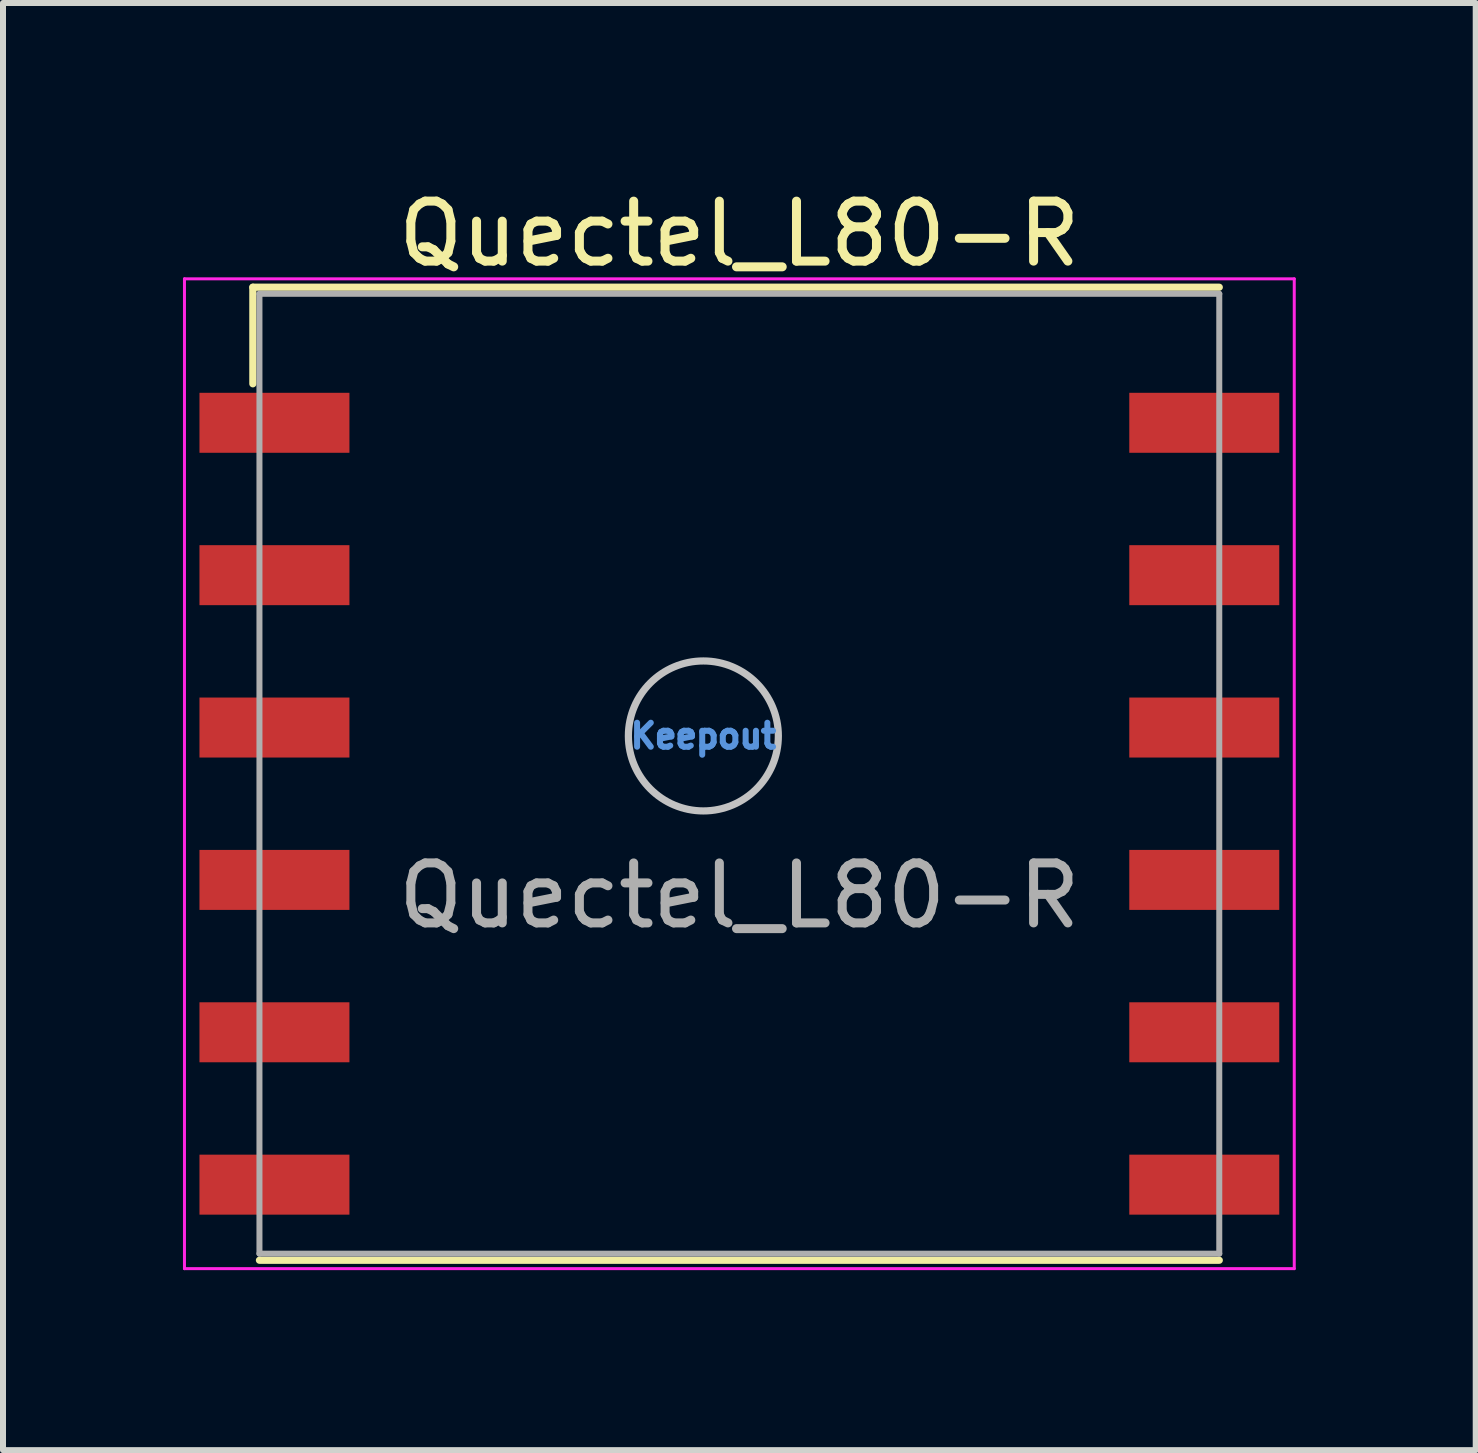
<source format=kicad_pcb>
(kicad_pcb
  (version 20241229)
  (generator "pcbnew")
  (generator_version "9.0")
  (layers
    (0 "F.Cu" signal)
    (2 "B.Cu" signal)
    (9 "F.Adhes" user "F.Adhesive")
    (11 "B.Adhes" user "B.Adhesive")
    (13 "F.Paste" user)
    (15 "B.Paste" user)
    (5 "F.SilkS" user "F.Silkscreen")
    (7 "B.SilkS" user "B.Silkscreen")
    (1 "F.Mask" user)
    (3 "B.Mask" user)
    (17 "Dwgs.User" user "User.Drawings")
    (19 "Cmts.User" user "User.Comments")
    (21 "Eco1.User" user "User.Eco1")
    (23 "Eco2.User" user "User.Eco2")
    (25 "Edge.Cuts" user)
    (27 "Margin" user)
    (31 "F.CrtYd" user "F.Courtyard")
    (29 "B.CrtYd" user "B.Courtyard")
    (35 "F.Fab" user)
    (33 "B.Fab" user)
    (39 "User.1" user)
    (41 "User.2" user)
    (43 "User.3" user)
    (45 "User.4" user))
  (footprint "Quectel_L80-R"
    (layer "F.Cu")
    (at 9.275 9.848)
    (property "Reference" "Quectel_L80-R" (at 0 -9 180) (layer "F.SilkS") (effects (font (size 1 1) (thickness 0.15))))
    (attr smd)
    (fp_line (start -8.11 -8.11) (end -8.11 -6.5) (stroke (width 0.12) (type solid)) (layer "F.SilkS"))
    (fp_line (start 8 -8.11) (end -8.11 -8.11) (stroke (width 0.12) (type solid)) (layer "F.SilkS"))
    (fp_line (start 8 8.11) (end -8 8.11) (stroke (width 0.12) (type solid)) (layer "F.SilkS"))
    (fp_circle (center -0.6 -0.63) (end 0.65 -0.63) (stroke (width 0.12) (type solid)) (fill no) (layer "Dwgs.User"))
    (fp_line (start -9.25 -8.25) (end -9.25 8.25) (stroke (width 0.05) (type solid)) (layer "F.CrtYd"))
    (fp_line (start -9.25 -8.25) (end 9.25 -8.25) (stroke (width 0.05) (type solid)) (layer "F.CrtYd"))
    (fp_line (start -9.25 8.25) (end 9.25 8.25) (stroke (width 0.05) (type solid)) (layer "F.CrtYd"))
    (fp_line (start 9.25 8.25) (end 9.25 -8.25) (stroke (width 0.05) (type solid)) (layer "F.CrtYd"))
    (fp_line (start -8 8) (end -8 -8) (stroke (width 0.1) (type solid)) (layer "F.Fab"))
    (fp_line (start 8 -8) (end -8 -8) (stroke (width 0.1) (type solid)) (layer "F.Fab"))
    (fp_line (start 8 8) (end -8 8) (stroke (width 0.1) (type solid)) (layer "F.Fab"))
    (fp_line (start 8 8) (end 8 -8) (stroke (width 0.1) (type solid)) (layer "F.Fab"))
    (fp_text user "Keepout" (at -0.6 -0.63 0) (layer "Cmts.User") (effects (font (size 0.4 0.4) (thickness 0.1))))
    (fp_text user "${REFERENCE}" (at 0 2.032 0) (layer "F.Fab") (effects (font (size 1 1) (thickness 0.15))))
    (pad "1" smd rect (at -7.75 -5.85 180) (size 2.5 1) (layers "F.Cu" "F.Mask" "F.Paste"))
    (pad "2" smd rect (at -7.75 -3.31 180) (size 2.5 1) (layers "F.Cu" "F.Mask" "F.Paste"))
    (pad "3" smd rect (at -7.75 -0.77 180) (size 2.5 1) (layers "F.Cu" "F.Mask" "F.Paste"))
    (pad "4" smd rect (at -7.75 1.77 180) (size 2.5 1) (layers "F.Cu" "F.Mask" "F.Paste"))
    (pad "5" smd rect (at -7.75 4.31 180) (size 2.5 1) (layers "F.Cu" "F.Mask" "F.Paste"))
    (pad "6" smd rect (at -7.75 6.85 180) (size 2.5 1) (layers "F.Cu" "F.Mask" "F.Paste"))
    (pad "7" smd rect (at 7.75 6.85 180) (size 2.5 1) (layers "F.Cu" "F.Mask" "F.Paste"))
    (pad "8" smd rect (at 7.75 4.31 180) (size 2.5 1) (layers "F.Cu" "F.Mask" "F.Paste"))
    (pad "9" smd rect (at 7.75 1.77 180) (size 2.5 1) (layers "F.Cu" "F.Mask" "F.Paste"))
    (pad "10" smd rect (at 7.75 -0.77 180) (size 2.5 1) (layers "F.Cu" "F.Mask" "F.Paste"))
    (pad "11" smd rect (at 7.75 -3.31 180) (size 2.5 1) (layers "F.Cu" "F.Mask" "F.Paste"))
    (pad "12" smd rect (at 7.75 -5.85 180) (size 2.5 1) (layers "F.Cu" "F.Mask" "F.Paste")))
  (gr_rect
    (start -3 -3)
    (end 21.55 21.123)
    (stroke (width 0.1) (type default))
    (fill no)
    (layer "Edge.Cuts")))
</source>
